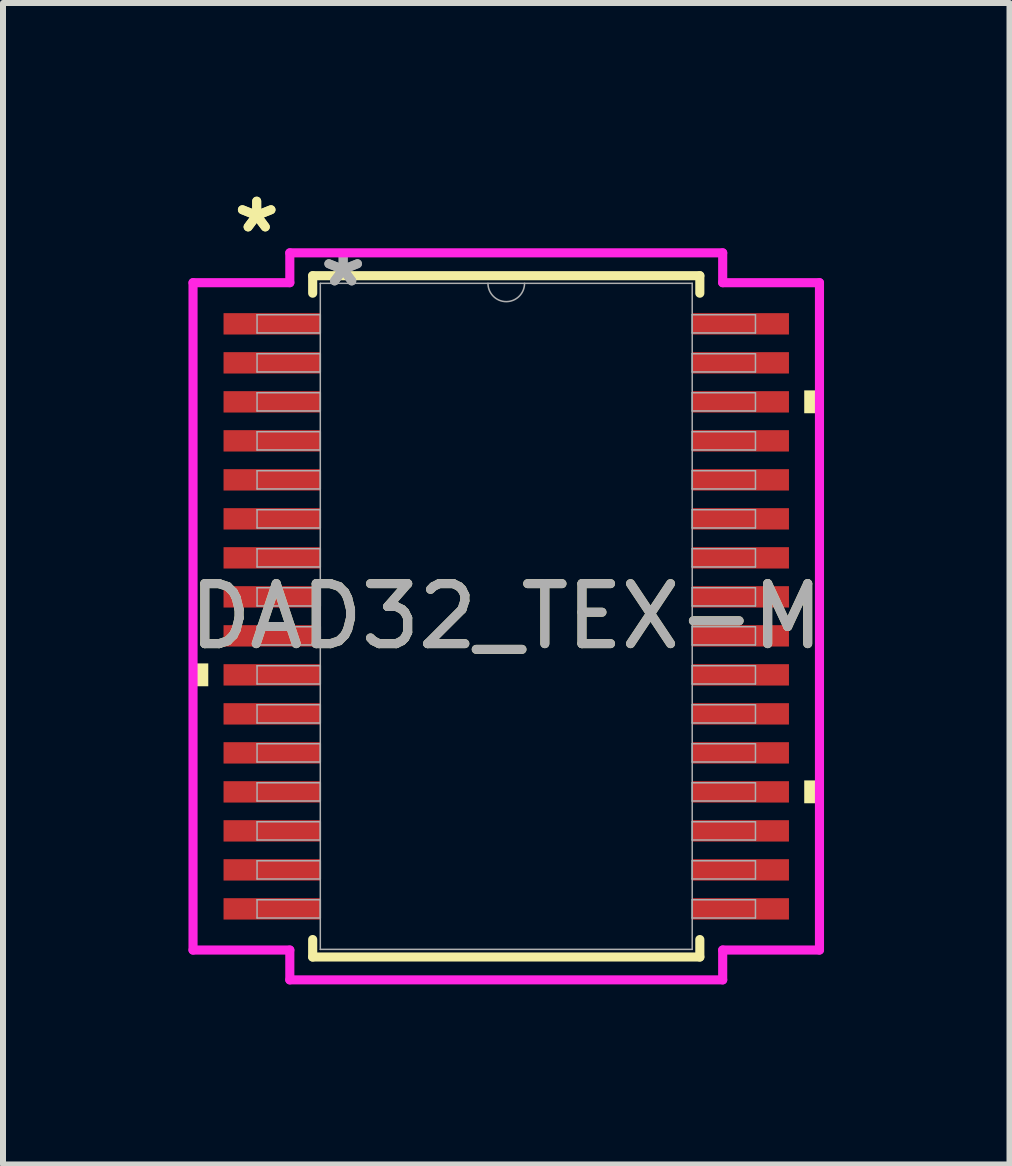
<source format=kicad_pcb>
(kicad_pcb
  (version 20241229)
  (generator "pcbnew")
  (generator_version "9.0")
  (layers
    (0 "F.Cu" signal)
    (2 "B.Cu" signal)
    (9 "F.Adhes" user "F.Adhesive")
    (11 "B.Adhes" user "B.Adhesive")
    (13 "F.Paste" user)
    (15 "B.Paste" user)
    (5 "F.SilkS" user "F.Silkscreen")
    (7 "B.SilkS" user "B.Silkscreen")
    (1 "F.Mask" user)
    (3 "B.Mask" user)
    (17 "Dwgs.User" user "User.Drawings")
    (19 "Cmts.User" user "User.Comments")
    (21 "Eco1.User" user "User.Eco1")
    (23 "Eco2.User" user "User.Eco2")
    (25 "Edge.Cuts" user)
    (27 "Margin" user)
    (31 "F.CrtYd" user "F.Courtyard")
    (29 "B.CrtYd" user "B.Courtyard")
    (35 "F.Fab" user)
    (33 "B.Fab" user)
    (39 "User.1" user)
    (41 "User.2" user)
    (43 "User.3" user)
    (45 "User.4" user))
  (footprint "DAD32_TEX-M"
    (layer "F.Cu")
    (at 5.387 7.222)
    (property "Reference" "DAD32_TEX-M" (at 0 0 0) (unlocked yes) (layer "F.SilkS") (effects (font (size 1 1) (thickness 0.15))))
    (attr smd)
    (fp_line (start -3.226 -5.677) (end -3.226 -5.386) (stroke (width 0.152) (type solid)) (layer "F.SilkS"))
    (fp_line (start -3.226 5.386) (end -3.226 5.677) (stroke (width 0.152) (type solid)) (layer "F.SilkS"))
    (fp_line (start -3.226 5.677) (end 3.226 5.677) (stroke (width 0.152) (type solid)) (layer "F.SilkS"))
    (fp_line (start 3.226 -5.677) (end -3.226 -5.677) (stroke (width 0.152) (type solid)) (layer "F.SilkS"))
    (fp_line (start 3.226 -5.386) (end 3.226 -5.677) (stroke (width 0.152) (type solid)) (layer "F.SilkS"))
    (fp_line (start 3.226 5.677) (end 3.226 5.386) (stroke (width 0.152) (type solid)) (layer "F.SilkS"))
    (fp_poly (pts (xy -5.22 0.784) (xy -5.22 1.165) (xy -4.966 1.165) (xy -4.966 0.784)) (stroke (width 0) (type solid)) (fill yes) (layer "F.SilkS"))
    (fp_poly (pts (xy 5.22 -3.766) (xy 5.22 -3.385) (xy 4.966 -3.385) (xy 4.966 -3.766)) (stroke (width 0) (type solid)) (fill yes) (layer "F.SilkS"))
    (fp_poly (pts (xy 5.22 2.734) (xy 5.22 3.115) (xy 4.966 3.115) (xy 4.966 2.734)) (stroke (width 0) (type solid)) (fill yes) (layer "F.SilkS"))
    (fp_line (start -5.22 -5.561) (end -3.607 -5.561) (stroke (width 0.152) (type solid)) (layer "F.CrtYd"))
    (fp_line (start -5.22 5.561) (end -5.22 -5.561) (stroke (width 0.152) (type solid)) (layer "F.CrtYd"))
    (fp_line (start -5.22 5.561) (end -3.607 5.561) (stroke (width 0.152) (type solid)) (layer "F.CrtYd"))
    (fp_line (start -3.607 -6.058) (end 3.607 -6.058) (stroke (width 0.152) (type solid)) (layer "F.CrtYd"))
    (fp_line (start -3.607 -5.561) (end -3.607 -6.058) (stroke (width 0.152) (type solid)) (layer "F.CrtYd"))
    (fp_line (start -3.607 6.058) (end -3.607 5.561) (stroke (width 0.152) (type solid)) (layer "F.CrtYd"))
    (fp_line (start 3.607 -6.058) (end 3.607 -5.561) (stroke (width 0.152) (type solid)) (layer "F.CrtYd"))
    (fp_line (start 3.607 5.561) (end 3.607 6.058) (stroke (width 0.152) (type solid)) (layer "F.CrtYd"))
    (fp_line (start 3.607 6.058) (end -3.607 6.058) (stroke (width 0.152) (type solid)) (layer "F.CrtYd"))
    (fp_line (start 5.22 -5.561) (end 3.607 -5.561) (stroke (width 0.152) (type solid)) (layer "F.CrtYd"))
    (fp_line (start 5.22 -5.561) (end 5.22 5.561) (stroke (width 0.152) (type solid)) (layer "F.CrtYd"))
    (fp_line (start 5.22 5.561) (end 3.607 5.561) (stroke (width 0.152) (type solid)) (layer "F.CrtYd"))
    (fp_line (start -4.153 -5.027) (end -4.153 -4.723) (stroke (width 0.025) (type solid)) (layer "F.Fab"))
    (fp_line (start -4.153 -4.723) (end -3.099 -4.723) (stroke (width 0.025) (type solid)) (layer "F.Fab"))
    (fp_line (start -4.153 -4.377) (end -4.153 -4.073) (stroke (width 0.025) (type solid)) (layer "F.Fab"))
    (fp_line (start -4.153 -4.073) (end -3.099 -4.073) (stroke (width 0.025) (type solid)) (layer "F.Fab"))
    (fp_line (start -4.153 -3.727) (end -4.153 -3.423) (stroke (width 0.025) (type solid)) (layer "F.Fab"))
    (fp_line (start -4.153 -3.423) (end -3.099 -3.423) (stroke (width 0.025) (type solid)) (layer "F.Fab"))
    (fp_line (start -4.153 -3.077) (end -4.153 -2.773) (stroke (width 0.025) (type solid)) (layer "F.Fab"))
    (fp_line (start -4.153 -2.773) (end -3.099 -2.773) (stroke (width 0.025) (type solid)) (layer "F.Fab"))
    (fp_line (start -4.153 -2.427) (end -4.153 -2.123) (stroke (width 0.025) (type solid)) (layer "F.Fab"))
    (fp_line (start -4.153 -2.123) (end -3.099 -2.123) (stroke (width 0.025) (type solid)) (layer "F.Fab"))
    (fp_line (start -4.153 -1.777) (end -4.153 -1.473) (stroke (width 0.025) (type solid)) (layer "F.Fab"))
    (fp_line (start -4.153 -1.473) (end -3.099 -1.473) (stroke (width 0.025) (type solid)) (layer "F.Fab"))
    (fp_line (start -4.153 -1.127) (end -4.153 -0.823) (stroke (width 0.025) (type solid)) (layer "F.Fab"))
    (fp_line (start -4.153 -0.823) (end -3.099 -0.823) (stroke (width 0.025) (type solid)) (layer "F.Fab"))
    (fp_line (start -4.153 -0.477) (end -4.153 -0.173) (stroke (width 0.025) (type solid)) (layer "F.Fab"))
    (fp_line (start -4.153 -0.173) (end -3.099 -0.173) (stroke (width 0.025) (type solid)) (layer "F.Fab"))
    (fp_line (start -4.153 0.173) (end -4.153 0.477) (stroke (width 0.025) (type solid)) (layer "F.Fab"))
    (fp_line (start -4.153 0.477) (end -3.099 0.477) (stroke (width 0.025) (type solid)) (layer "F.Fab"))
    (fp_line (start -4.153 0.823) (end -4.153 1.127) (stroke (width 0.025) (type solid)) (layer "F.Fab"))
    (fp_line (start -4.153 1.127) (end -3.099 1.127) (stroke (width 0.025) (type solid)) (layer "F.Fab"))
    (fp_line (start -4.153 1.473) (end -4.153 1.777) (stroke (width 0.025) (type solid)) (layer "F.Fab"))
    (fp_line (start -4.153 1.777) (end -3.099 1.777) (stroke (width 0.025) (type solid)) (layer "F.Fab"))
    (fp_line (start -4.153 2.123) (end -4.153 2.427) (stroke (width 0.025) (type solid)) (layer "F.Fab"))
    (fp_line (start -4.153 2.427) (end -3.099 2.427) (stroke (width 0.025) (type solid)) (layer "F.Fab"))
    (fp_line (start -4.153 2.773) (end -4.153 3.077) (stroke (width 0.025) (type solid)) (layer "F.Fab"))
    (fp_line (start -4.153 3.077) (end -3.099 3.077) (stroke (width 0.025) (type solid)) (layer "F.Fab"))
    (fp_line (start -4.153 3.423) (end -4.153 3.727) (stroke (width 0.025) (type solid)) (layer "F.Fab"))
    (fp_line (start -4.153 3.727) (end -3.099 3.727) (stroke (width 0.025) (type solid)) (layer "F.Fab"))
    (fp_line (start -4.153 4.073) (end -4.153 4.377) (stroke (width 0.025) (type solid)) (layer "F.Fab"))
    (fp_line (start -4.153 4.377) (end -3.099 4.377) (stroke (width 0.025) (type solid)) (layer "F.Fab"))
    (fp_line (start -4.153 4.723) (end -4.153 5.027) (stroke (width 0.025) (type solid)) (layer "F.Fab"))
    (fp_line (start -4.153 5.027) (end -3.099 5.027) (stroke (width 0.025) (type solid)) (layer "F.Fab"))
    (fp_line (start -3.099 -5.55) (end -3.099 5.55) (stroke (width 0.025) (type solid)) (layer "F.Fab"))
    (fp_line (start -3.099 -5.027) (end -4.153 -5.027) (stroke (width 0.025) (type solid)) (layer "F.Fab"))
    (fp_line (start -3.099 -4.723) (end -3.099 -5.027) (stroke (width 0.025) (type solid)) (layer "F.Fab"))
    (fp_line (start -3.099 -4.377) (end -4.153 -4.377) (stroke (width 0.025) (type solid)) (layer "F.Fab"))
    (fp_line (start -3.099 -4.073) (end -3.099 -4.377) (stroke (width 0.025) (type solid)) (layer "F.Fab"))
    (fp_line (start -3.099 -3.727) (end -4.153 -3.727) (stroke (width 0.025) (type solid)) (layer "F.Fab"))
    (fp_line (start -3.099 -3.423) (end -3.099 -3.727) (stroke (width 0.025) (type solid)) (layer "F.Fab"))
    (fp_line (start -3.099 -3.077) (end -4.153 -3.077) (stroke (width 0.025) (type solid)) (layer "F.Fab"))
    (fp_line (start -3.099 -2.773) (end -3.099 -3.077) (stroke (width 0.025) (type solid)) (layer "F.Fab"))
    (fp_line (start -3.099 -2.427) (end -4.153 -2.427) (stroke (width 0.025) (type solid)) (layer "F.Fab"))
    (fp_line (start -3.099 -2.123) (end -3.099 -2.427) (stroke (width 0.025) (type solid)) (layer "F.Fab"))
    (fp_line (start -3.099 -1.777) (end -4.153 -1.777) (stroke (width 0.025) (type solid)) (layer "F.Fab"))
    (fp_line (start -3.099 -1.473) (end -3.099 -1.777) (stroke (width 0.025) (type solid)) (layer "F.Fab"))
    (fp_line (start -3.099 -1.127) (end -4.153 -1.127) (stroke (width 0.025) (type solid)) (layer "F.Fab"))
    (fp_line (start -3.099 -0.823) (end -3.099 -1.127) (stroke (width 0.025) (type solid)) (layer "F.Fab"))
    (fp_line (start -3.099 -0.477) (end -4.153 -0.477) (stroke (width 0.025) (type solid)) (layer "F.Fab"))
    (fp_line (start -3.099 -0.173) (end -3.099 -0.477) (stroke (width 0.025) (type solid)) (layer "F.Fab"))
    (fp_line (start -3.099 0.173) (end -4.153 0.173) (stroke (width 0.025) (type solid)) (layer "F.Fab"))
    (fp_line (start -3.099 0.477) (end -3.099 0.173) (stroke (width 0.025) (type solid)) (layer "F.Fab"))
    (fp_line (start -3.099 0.823) (end -4.153 0.823) (stroke (width 0.025) (type solid)) (layer "F.Fab"))
    (fp_line (start -3.099 1.127) (end -3.099 0.823) (stroke (width 0.025) (type solid)) (layer "F.Fab"))
    (fp_line (start -3.099 1.473) (end -4.153 1.473) (stroke (width 0.025) (type solid)) (layer "F.Fab"))
    (fp_line (start -3.099 1.777) (end -3.099 1.473) (stroke (width 0.025) (type solid)) (layer "F.Fab"))
    (fp_line (start -3.099 2.123) (end -4.153 2.123) (stroke (width 0.025) (type solid)) (layer "F.Fab"))
    (fp_line (start -3.099 2.427) (end -3.099 2.123) (stroke (width 0.025) (type solid)) (layer "F.Fab"))
    (fp_line (start -3.099 2.773) (end -4.153 2.773) (stroke (width 0.025) (type solid)) (layer "F.Fab"))
    (fp_line (start -3.099 3.077) (end -3.099 2.773) (stroke (width 0.025) (type solid)) (layer "F.Fab"))
    (fp_line (start -3.099 3.423) (end -4.153 3.423) (stroke (width 0.025) (type solid)) (layer "F.Fab"))
    (fp_line (start -3.099 3.727) (end -3.099 3.423) (stroke (width 0.025) (type solid)) (layer "F.Fab"))
    (fp_line (start -3.099 4.073) (end -4.153 4.073) (stroke (width 0.025) (type solid)) (layer "F.Fab"))
    (fp_line (start -3.099 4.377) (end -3.099 4.073) (stroke (width 0.025) (type solid)) (layer "F.Fab"))
    (fp_line (start -3.099 4.723) (end -4.153 4.723) (stroke (width 0.025) (type solid)) (layer "F.Fab"))
    (fp_line (start -3.099 5.027) (end -3.099 4.723) (stroke (width 0.025) (type solid)) (layer "F.Fab"))
    (fp_line (start -3.099 5.55) (end 3.099 5.55) (stroke (width 0.025) (type solid)) (layer "F.Fab"))
    (fp_line (start 3.099 -5.55) (end -3.099 -5.55) (stroke (width 0.025) (type solid)) (layer "F.Fab"))
    (fp_line (start 3.099 -5.027) (end 3.099 -4.723) (stroke (width 0.025) (type solid)) (layer "F.Fab"))
    (fp_line (start 3.099 -4.723) (end 4.153 -4.723) (stroke (width 0.025) (type solid)) (layer "F.Fab"))
    (fp_line (start 3.099 -4.377) (end 3.099 -4.073) (stroke (width 0.025) (type solid)) (layer "F.Fab"))
    (fp_line (start 3.099 -4.073) (end 4.153 -4.073) (stroke (width 0.025) (type solid)) (layer "F.Fab"))
    (fp_line (start 3.099 -3.727) (end 3.099 -3.423) (stroke (width 0.025) (type solid)) (layer "F.Fab"))
    (fp_line (start 3.099 -3.423) (end 4.153 -3.423) (stroke (width 0.025) (type solid)) (layer "F.Fab"))
    (fp_line (start 3.099 -3.077) (end 3.099 -2.773) (stroke (width 0.025) (type solid)) (layer "F.Fab"))
    (fp_line (start 3.099 -2.773) (end 4.153 -2.773) (stroke (width 0.025) (type solid)) (layer "F.Fab"))
    (fp_line (start 3.099 -2.427) (end 3.099 -2.123) (stroke (width 0.025) (type solid)) (layer "F.Fab"))
    (fp_line (start 3.099 -2.123) (end 4.153 -2.123) (stroke (width 0.025) (type solid)) (layer "F.Fab"))
    (fp_line (start 3.099 -1.777) (end 3.099 -1.473) (stroke (width 0.025) (type solid)) (layer "F.Fab"))
    (fp_line (start 3.099 -1.473) (end 4.153 -1.473) (stroke (width 0.025) (type solid)) (layer "F.Fab"))
    (fp_line (start 3.099 -1.127) (end 3.099 -0.823) (stroke (width 0.025) (type solid)) (layer "F.Fab"))
    (fp_line (start 3.099 -0.823) (end 4.153 -0.823) (stroke (width 0.025) (type solid)) (layer "F.Fab"))
    (fp_line (start 3.099 -0.477) (end 3.099 -0.173) (stroke (width 0.025) (type solid)) (layer "F.Fab"))
    (fp_line (start 3.099 -0.173) (end 4.153 -0.173) (stroke (width 0.025) (type solid)) (layer "F.Fab"))
    (fp_line (start 3.099 0.173) (end 3.099 0.477) (stroke (width 0.025) (type solid)) (layer "F.Fab"))
    (fp_line (start 3.099 0.477) (end 4.153 0.477) (stroke (width 0.025) (type solid)) (layer "F.Fab"))
    (fp_line (start 3.099 0.823) (end 3.099 1.127) (stroke (width 0.025) (type solid)) (layer "F.Fab"))
    (fp_line (start 3.099 1.127) (end 4.153 1.127) (stroke (width 0.025) (type solid)) (layer "F.Fab"))
    (fp_line (start 3.099 1.473) (end 3.099 1.777) (stroke (width 0.025) (type solid)) (layer "F.Fab"))
    (fp_line (start 3.099 1.777) (end 4.153 1.777) (stroke (width 0.025) (type solid)) (layer "F.Fab"))
    (fp_line (start 3.099 2.123) (end 3.099 2.427) (stroke (width 0.025) (type solid)) (layer "F.Fab"))
    (fp_line (start 3.099 2.427) (end 4.153 2.427) (stroke (width 0.025) (type solid)) (layer "F.Fab"))
    (fp_line (start 3.099 2.773) (end 3.099 3.077) (stroke (width 0.025) (type solid)) (layer "F.Fab"))
    (fp_line (start 3.099 3.077) (end 4.153 3.077) (stroke (width 0.025) (type solid)) (layer "F.Fab"))
    (fp_line (start 3.099 3.423) (end 3.099 3.727) (stroke (width 0.025) (type solid)) (layer "F.Fab"))
    (fp_line (start 3.099 3.727) (end 4.153 3.727) (stroke (width 0.025) (type solid)) (layer "F.Fab"))
    (fp_line (start 3.099 4.073) (end 3.099 4.377) (stroke (width 0.025) (type solid)) (layer "F.Fab"))
    (fp_line (start 3.099 4.377) (end 4.153 4.377) (stroke (width 0.025) (type solid)) (layer "F.Fab"))
    (fp_line (start 3.099 4.723) (end 3.099 5.027) (stroke (width 0.025) (type solid)) (layer "F.Fab"))
    (fp_line (start 3.099 5.027) (end 4.153 5.027) (stroke (width 0.025) (type solid)) (layer "F.Fab"))
    (fp_line (start 3.099 5.55) (end 3.099 -5.55) (stroke (width 0.025) (type solid)) (layer "F.Fab"))
    (fp_line (start 4.153 -5.027) (end 3.099 -5.027) (stroke (width 0.025) (type solid)) (layer "F.Fab"))
    (fp_line (start 4.153 -4.723) (end 4.153 -5.027) (stroke (width 0.025) (type solid)) (layer "F.Fab"))
    (fp_line (start 4.153 -4.377) (end 3.099 -4.377) (stroke (width 0.025) (type solid)) (layer "F.Fab"))
    (fp_line (start 4.153 -4.073) (end 4.153 -4.377) (stroke (width 0.025) (type solid)) (layer "F.Fab"))
    (fp_line (start 4.153 -3.727) (end 3.099 -3.727) (stroke (width 0.025) (type solid)) (layer "F.Fab"))
    (fp_line (start 4.153 -3.423) (end 4.153 -3.727) (stroke (width 0.025) (type solid)) (layer "F.Fab"))
    (fp_line (start 4.153 -3.077) (end 3.099 -3.077) (stroke (width 0.025) (type solid)) (layer "F.Fab"))
    (fp_line (start 4.153 -2.773) (end 4.153 -3.077) (stroke (width 0.025) (type solid)) (layer "F.Fab"))
    (fp_line (start 4.153 -2.427) (end 3.099 -2.427) (stroke (width 0.025) (type solid)) (layer "F.Fab"))
    (fp_line (start 4.153 -2.123) (end 4.153 -2.427) (stroke (width 0.025) (type solid)) (layer "F.Fab"))
    (fp_line (start 4.153 -1.777) (end 3.099 -1.777) (stroke (width 0.025) (type solid)) (layer "F.Fab"))
    (fp_line (start 4.153 -1.473) (end 4.153 -1.777) (stroke (width 0.025) (type solid)) (layer "F.Fab"))
    (fp_line (start 4.153 -1.127) (end 3.099 -1.127) (stroke (width 0.025) (type solid)) (layer "F.Fab"))
    (fp_line (start 4.153 -0.823) (end 4.153 -1.127) (stroke (width 0.025) (type solid)) (layer "F.Fab"))
    (fp_line (start 4.153 -0.477) (end 3.099 -0.477) (stroke (width 0.025) (type solid)) (layer "F.Fab"))
    (fp_line (start 4.153 -0.173) (end 4.153 -0.477) (stroke (width 0.025) (type solid)) (layer "F.Fab"))
    (fp_line (start 4.153 0.173) (end 3.099 0.173) (stroke (width 0.025) (type solid)) (layer "F.Fab"))
    (fp_line (start 4.153 0.477) (end 4.153 0.173) (stroke (width 0.025) (type solid)) (layer "F.Fab"))
    (fp_line (start 4.153 0.823) (end 3.099 0.823) (stroke (width 0.025) (type solid)) (layer "F.Fab"))
    (fp_line (start 4.153 1.127) (end 4.153 0.823) (stroke (width 0.025) (type solid)) (layer "F.Fab"))
    (fp_line (start 4.153 1.473) (end 3.099 1.473) (stroke (width 0.025) (type solid)) (layer "F.Fab"))
    (fp_line (start 4.153 1.777) (end 4.153 1.473) (stroke (width 0.025) (type solid)) (layer "F.Fab"))
    (fp_line (start 4.153 2.123) (end 3.099 2.123) (stroke (width 0.025) (type solid)) (layer "F.Fab"))
    (fp_line (start 4.153 2.427) (end 4.153 2.123) (stroke (width 0.025) (type solid)) (layer "F.Fab"))
    (fp_line (start 4.153 2.773) (end 3.099 2.773) (stroke (width 0.025) (type solid)) (layer "F.Fab"))
    (fp_line (start 4.153 3.077) (end 4.153 2.773) (stroke (width 0.025) (type solid)) (layer "F.Fab"))
    (fp_line (start 4.153 3.423) (end 3.099 3.423) (stroke (width 0.025) (type solid)) (layer "F.Fab"))
    (fp_line (start 4.153 3.727) (end 4.153 3.423) (stroke (width 0.025) (type solid)) (layer "F.Fab"))
    (fp_line (start 4.153 4.073) (end 3.099 4.073) (stroke (width 0.025) (type solid)) (layer "F.Fab"))
    (fp_line (start 4.153 4.377) (end 4.153 4.073) (stroke (width 0.025) (type solid)) (layer "F.Fab"))
    (fp_line (start 4.153 4.723) (end 3.099 4.723) (stroke (width 0.025) (type solid)) (layer "F.Fab"))
    (fp_line (start 4.153 5.027) (end 4.153 4.723) (stroke (width 0.025) (type solid)) (layer "F.Fab"))
    (fp_arc (start 0.3048 -5.5499) (mid 0 -5.2451) (end -0.3048 -5.5499) (stroke (width 0.0254) (type solid)) (layer "F.Fab"))
    (fp_text user "*" (at -4.159 -6.374 0) (layer "F.SilkS") (effects (font (size 1 1) (thickness 0.15))))
    (fp_text user "*" (at -4.159 -6.374 0) (unlocked yes) (layer "F.SilkS") (effects (font (size 1 1) (thickness 0.15))))
    (fp_text user "*" (at -2.718 -5.474 0) (unlocked yes) (layer "F.Fab") (effects (font (size 1 1) (thickness 0.15))))
    (fp_text user "${REFERENCE}" (at 0 0 0) (unlocked yes) (layer "F.Fab") (effects (font (size 1 1) (thickness 0.15))))
    (fp_text user "*" (at -2.718 -5.474 0) (layer "F.Fab") (effects (font (size 1 1) (thickness 0.15))))
    (pad "1" smd rect (at -3.905 -4.875) (size 1.613 0.356) (layers "F.Cu" "F.Mask" "F.Paste"))
    (pad "2" smd rect (at -3.905 -4.225) (size 1.613 0.356) (layers "F.Cu" "F.Mask" "F.Paste"))
    (pad "3" smd rect (at -3.905 -3.575) (size 1.613 0.356) (layers "F.Cu" "F.Mask" "F.Paste"))
    (pad "4" smd rect (at -3.905 -2.925) (size 1.613 0.356) (layers "F.Cu" "F.Mask" "F.Paste"))
    (pad "5" smd rect (at -3.905 -2.275) (size 1.613 0.356) (layers "F.Cu" "F.Mask" "F.Paste"))
    (pad "6" smd rect (at -3.905 -1.625) (size 1.613 0.356) (layers "F.Cu" "F.Mask" "F.Paste"))
    (pad "7" smd rect (at -3.905 -0.975) (size 1.613 0.356) (layers "F.Cu" "F.Mask" "F.Paste"))
    (pad "8" smd rect (at -3.905 -0.325) (size 1.613 0.356) (layers "F.Cu" "F.Mask" "F.Paste"))
    (pad "9" smd rect (at -3.905 0.325) (size 1.613 0.356) (layers "F.Cu" "F.Mask" "F.Paste"))
    (pad "10" smd rect (at -3.905 0.975) (size 1.613 0.356) (layers "F.Cu" "F.Mask" "F.Paste"))
    (pad "11" smd rect (at -3.905 1.625) (size 1.613 0.356) (layers "F.Cu" "F.Mask" "F.Paste"))
    (pad "12" smd rect (at -3.905 2.275) (size 1.613 0.356) (layers "F.Cu" "F.Mask" "F.Paste"))
    (pad "13" smd rect (at -3.905 2.925) (size 1.613 0.356) (layers "F.Cu" "F.Mask" "F.Paste"))
    (pad "14" smd rect (at -3.905 3.575) (size 1.613 0.356) (layers "F.Cu" "F.Mask" "F.Paste"))
    (pad "15" smd rect (at -3.905 4.225) (size 1.613 0.356) (layers "F.Cu" "F.Mask" "F.Paste"))
    (pad "16" smd rect (at -3.905 4.875) (size 1.613 0.356) (layers "F.Cu" "F.Mask" "F.Paste"))
    (pad "17" smd rect (at 3.905 4.875) (size 1.613 0.356) (layers "F.Cu" "F.Mask" "F.Paste"))
    (pad "18" smd rect (at 3.905 4.225) (size 1.613 0.356) (layers "F.Cu" "F.Mask" "F.Paste"))
    (pad "19" smd rect (at 3.905 3.575) (size 1.613 0.356) (layers "F.Cu" "F.Mask" "F.Paste"))
    (pad "20" smd rect (at 3.905 2.925) (size 1.613 0.356) (layers "F.Cu" "F.Mask" "F.Paste"))
    (pad "21" smd rect (at 3.905 2.275) (size 1.613 0.356) (layers "F.Cu" "F.Mask" "F.Paste"))
    (pad "22" smd rect (at 3.905 1.625) (size 1.613 0.356) (layers "F.Cu" "F.Mask" "F.Paste"))
    (pad "23" smd rect (at 3.905 0.975) (size 1.613 0.356) (layers "F.Cu" "F.Mask" "F.Paste"))
    (pad "24" smd rect (at 3.905 0.325) (size 1.613 0.356) (layers "F.Cu" "F.Mask" "F.Paste"))
    (pad "25" smd rect (at 3.905 -0.325) (size 1.613 0.356) (layers "F.Cu" "F.Mask" "F.Paste"))
    (pad "26" smd rect (at 3.905 -0.975) (size 1.613 0.356) (layers "F.Cu" "F.Mask" "F.Paste"))
    (pad "27" smd rect (at 3.905 -1.625) (size 1.613 0.356) (layers "F.Cu" "F.Mask" "F.Paste"))
    (pad "28" smd rect (at 3.905 -2.275) (size 1.613 0.356) (layers "F.Cu" "F.Mask" "F.Paste"))
    (pad "29" smd rect (at 3.905 -2.925) (size 1.613 0.356) (layers "F.Cu" "F.Mask" "F.Paste"))
    (pad "30" smd rect (at 3.905 -3.575) (size 1.613 0.356) (layers "F.Cu" "F.Mask" "F.Paste"))
    (pad "31" smd rect (at 3.905 -4.225) (size 1.613 0.356) (layers "F.Cu" "F.Mask" "F.Paste"))
    (pad "32" smd rect (at 3.905 -4.875) (size 1.613 0.356) (layers "F.Cu" "F.Mask" "F.Paste")))
  (gr_rect
    (start -3 -3)
    (end 13.774 16.356)
    (stroke (width 0.1) (type default))
    (fill no)
    (layer "Edge.Cuts")))
</source>
